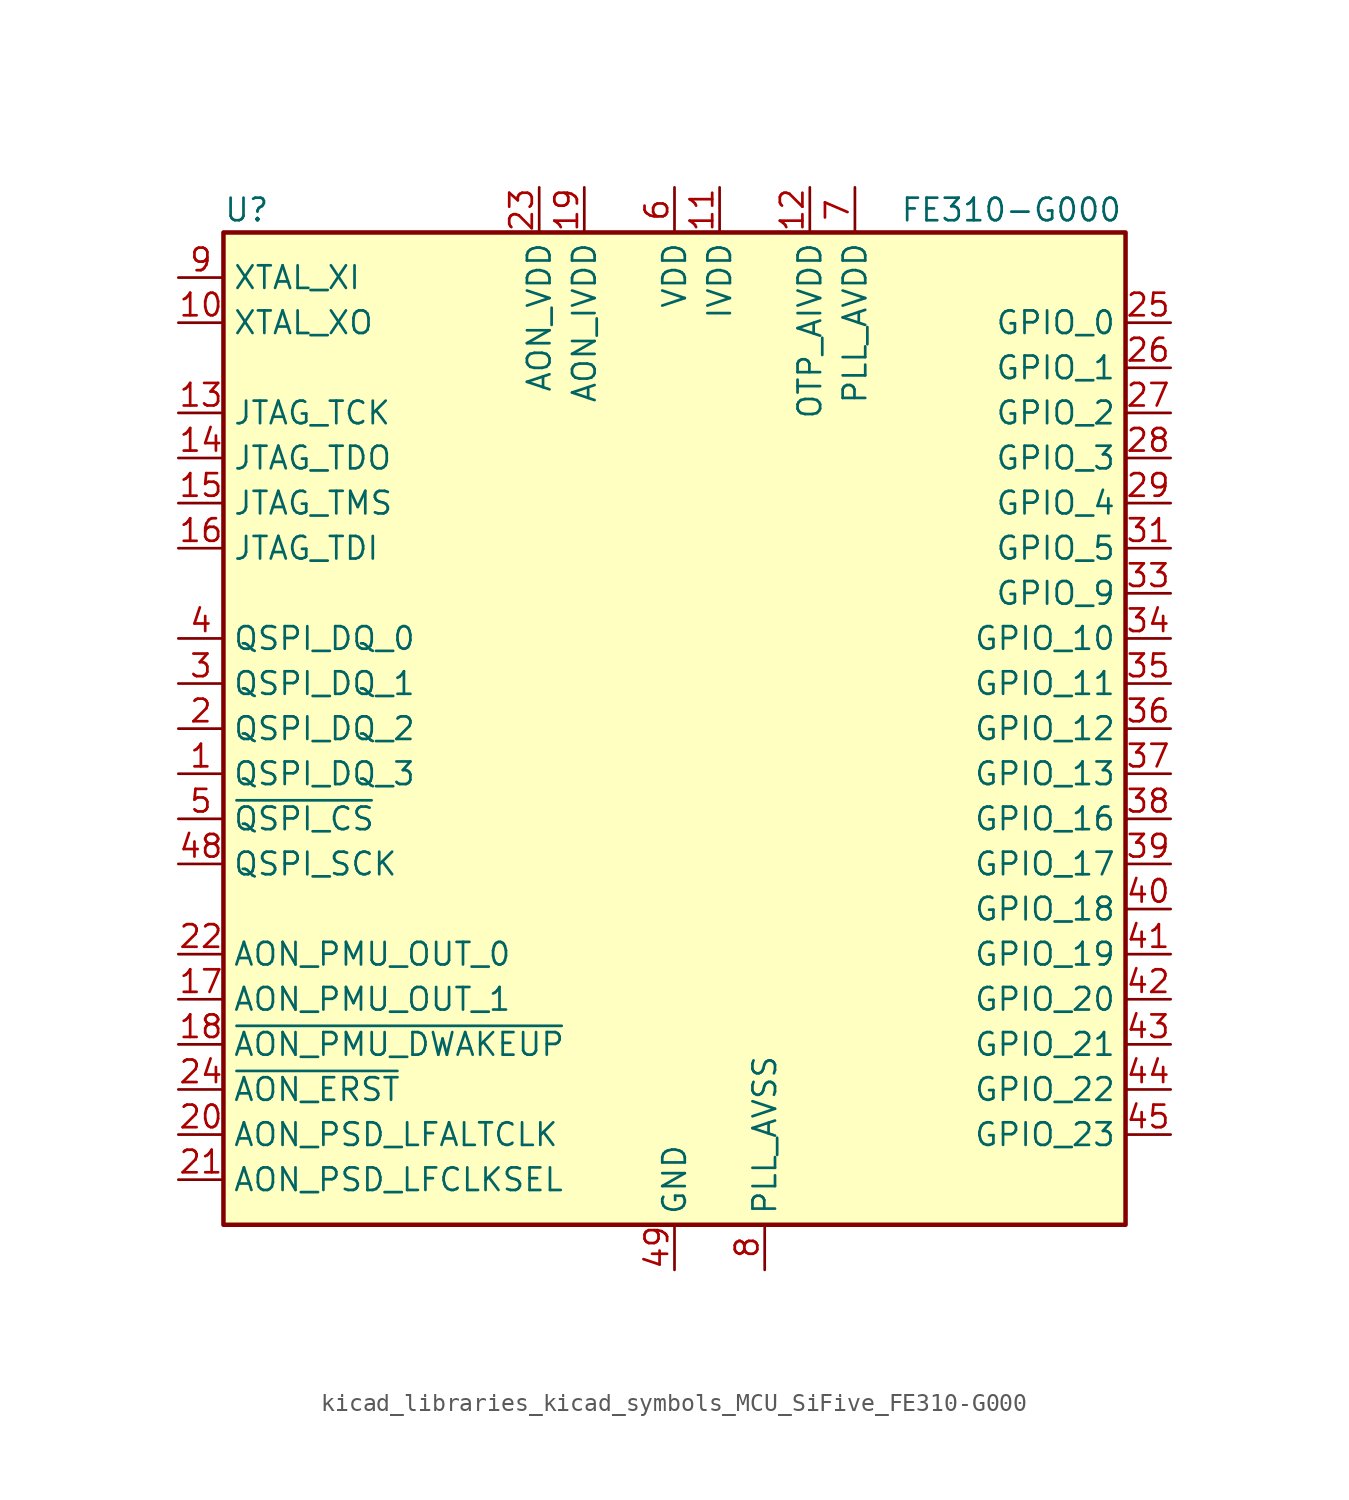
<source format=kicad_sym>
(kicad_symbol_lib
  (version 20220914)
  (generator kicad_symbol_editor)
  (symbol "kicad_libraries_kicad_symbols_MCU_SiFive_FE310-G000"
    (property "Reference" "U"
      (at -25.4 29.21 0)
      (effects (font (size 1.27 1.27)) (justify left)))
    (property "Value" "FE310-G000"
      (at 12.7 29.21 0)
      (effects (font (size 1.27 1.27)) (justify left)))
    (symbol "kicad_libraries_kicad_symbols_MCU_SiFive_FE310-G000_0_1"
      (rectangle (start -25.4 27.94) (end 25.4 -27.94) (stroke (width 0.254) (type default)) (fill (type background))))
    (symbol "kicad_libraries_kicad_symbols_MCU_SiFive_FE310-G000_1_1"
      (pin bidirectional line (at -27.94 -2.54 0) (length 2.54) (name "QSPI_DQ_3" (effects (font (size 1.27 1.27)))) (number "1" (effects (font (size 1.27 1.27)))))
      (pin output line (at -27.94 22.86 0) (length 2.54) (name "XTAL_XO" (effects (font (size 1.27 1.27)))) (number "10" (effects (font (size 1.27 1.27)))))
      (pin power_in line (at 2.54 30.48 270) (length 2.54) (name "IVDD" (effects (font (size 1.27 1.27)))) (number "11" (effects (font (size 1.27 1.27)))))
      (pin power_in line (at 7.62 30.48 270) (length 2.54) (name "OTP_AIVDD" (effects (font (size 1.27 1.27)))) (number "12" (effects (font (size 1.27 1.27)))))
      (pin input line (at -27.94 17.78 0) (length 2.54) (name "JTAG_TCK" (effects (font (size 1.27 1.27)))) (number "13" (effects (font (size 1.27 1.27)))))
      (pin output line (at -27.94 15.24 0) (length 2.54) (name "JTAG_TDO" (effects (font (size 1.27 1.27)))) (number "14" (effects (font (size 1.27 1.27)))))
      (pin input line (at -27.94 12.7 0) (length 2.54) (name "JTAG_TMS" (effects (font (size 1.27 1.27)))) (number "15" (effects (font (size 1.27 1.27)))))
      (pin input line (at -27.94 10.16 0) (length 2.54) (name "JTAG_TDI" (effects (font (size 1.27 1.27)))) (number "16" (effects (font (size 1.27 1.27)))))
      (pin output line (at -27.94 -15.24 0) (length 2.54) (name "AON_PMU_OUT_1" (effects (font (size 1.27 1.27)))) (number "17" (effects (font (size 1.27 1.27)))))
      (pin input line (at -27.94 -17.78 0) (length 2.54) (name "~{AON_PMU_DWAKEUP}" (effects (font (size 1.27 1.27)))) (number "18" (effects (font (size 1.27 1.27)))))
      (pin power_in line (at -5.08 30.48 270) (length 2.54) (name "AON_IVDD" (effects (font (size 1.27 1.27)))) (number "19" (effects (font (size 1.27 1.27)))))
      (pin bidirectional line (at -27.94 0 0) (length 2.54) (name "QSPI_DQ_2" (effects (font (size 1.27 1.27)))) (number "2" (effects (font (size 1.27 1.27)))))
      (pin input line (at -27.94 -22.86 0) (length 2.54) (name "AON_PSD_LFALTCLK" (effects (font (size 1.27 1.27)))) (number "20" (effects (font (size 1.27 1.27)))))
      (pin input line (at -27.94 -25.4 0) (length 2.54) (name "AON_PSD_LFCLKSEL" (effects (font (size 1.27 1.27)))) (number "21" (effects (font (size 1.27 1.27)))))
      (pin output line (at -27.94 -12.7 0) (length 2.54) (name "AON_PMU_OUT_0" (effects (font (size 1.27 1.27)))) (number "22" (effects (font (size 1.27 1.27)))))
      (pin power_in line (at -7.62 30.48 270) (length 2.54) (name "AON_VDD" (effects (font (size 1.27 1.27)))) (number "23" (effects (font (size 1.27 1.27)))))
      (pin input line (at -27.94 -20.32 0) (length 2.54) (name "~{AON_ERST}" (effects (font (size 1.27 1.27)))) (number "24" (effects (font (size 1.27 1.27)))))
      (pin bidirectional line (at 27.94 22.86 180) (length 2.54) (name "GPIO_0" (effects (font (size 1.27 1.27)))) (number "25" (effects (font (size 1.27 1.27)))))
      (pin bidirectional line (at 27.94 20.32 180) (length 2.54) (name "GPIO_1" (effects (font (size 1.27 1.27)))) (number "26" (effects (font (size 1.27 1.27)))))
      (pin bidirectional line (at 27.94 17.78 180) (length 2.54) (name "GPIO_2" (effects (font (size 1.27 1.27)))) (number "27" (effects (font (size 1.27 1.27)))))
      (pin bidirectional line (at 27.94 15.24 180) (length 2.54) (name "GPIO_3" (effects (font (size 1.27 1.27)))) (number "28" (effects (font (size 1.27 1.27)))))
      (pin bidirectional line (at 27.94 12.7 180) (length 2.54) (name "GPIO_4" (effects (font (size 1.27 1.27)))) (number "29" (effects (font (size 1.27 1.27)))))
      (pin bidirectional line (at -27.94 2.54 0) (length 2.54) (name "QSPI_DQ_1" (effects (font (size 1.27 1.27)))) (number "3" (effects (font (size 1.27 1.27)))))
      (pin passive line (at 0 30.48 270) (length 2.54) hide (name "VDD" (effects (font (size 1.27 1.27)))) (number "30" (effects (font (size 1.27 1.27)))))
      (pin bidirectional line (at 27.94 10.16 180) (length 2.54) (name "GPIO_5" (effects (font (size 1.27 1.27)))) (number "31" (effects (font (size 1.27 1.27)))))
      (pin passive line (at 2.54 30.48 270) (length 2.54) hide (name "IVDD" (effects (font (size 1.27 1.27)))) (number "32" (effects (font (size 1.27 1.27)))))
      (pin bidirectional line (at 27.94 7.62 180) (length 2.54) (name "GPIO_9" (effects (font (size 1.27 1.27)))) (number "33" (effects (font (size 1.27 1.27)))))
      (pin bidirectional line (at 27.94 5.08 180) (length 2.54) (name "GPIO_10" (effects (font (size 1.27 1.27)))) (number "34" (effects (font (size 1.27 1.27)))))
      (pin bidirectional line (at 27.94 2.54 180) (length 2.54) (name "GPIO_11" (effects (font (size 1.27 1.27)))) (number "35" (effects (font (size 1.27 1.27)))))
      (pin bidirectional line (at 27.94 0 180) (length 2.54) (name "GPIO_12" (effects (font (size 1.27 1.27)))) (number "36" (effects (font (size 1.27 1.27)))))
      (pin bidirectional line (at 27.94 -2.54 180) (length 2.54) (name "GPIO_13" (effects (font (size 1.27 1.27)))) (number "37" (effects (font (size 1.27 1.27)))))
      (pin bidirectional line (at 27.94 -5.08 180) (length 2.54) (name "GPIO_16" (effects (font (size 1.27 1.27)))) (number "38" (effects (font (size 1.27 1.27)))))
      (pin bidirectional line (at 27.94 -7.62 180) (length 2.54) (name "GPIO_17" (effects (font (size 1.27 1.27)))) (number "39" (effects (font (size 1.27 1.27)))))
      (pin bidirectional line (at -27.94 5.08 0) (length 2.54) (name "QSPI_DQ_0" (effects (font (size 1.27 1.27)))) (number "4" (effects (font (size 1.27 1.27)))))
      (pin bidirectional line (at 27.94 -10.16 180) (length 2.54) (name "GPIO_18" (effects (font (size 1.27 1.27)))) (number "40" (effects (font (size 1.27 1.27)))))
      (pin bidirectional line (at 27.94 -12.7 180) (length 2.54) (name "GPIO_19" (effects (font (size 1.27 1.27)))) (number "41" (effects (font (size 1.27 1.27)))))
      (pin bidirectional line (at 27.94 -15.24 180) (length 2.54) (name "GPIO_20" (effects (font (size 1.27 1.27)))) (number "42" (effects (font (size 1.27 1.27)))))
      (pin bidirectional line (at 27.94 -17.78 180) (length 2.54) (name "GPIO_21" (effects (font (size 1.27 1.27)))) (number "43" (effects (font (size 1.27 1.27)))))
      (pin bidirectional line (at 27.94 -20.32 180) (length 2.54) (name "GPIO_22" (effects (font (size 1.27 1.27)))) (number "44" (effects (font (size 1.27 1.27)))))
      (pin bidirectional line (at 27.94 -22.86 180) (length 2.54) (name "GPIO_23" (effects (font (size 1.27 1.27)))) (number "45" (effects (font (size 1.27 1.27)))))
      (pin passive line (at 0 30.48 270) (length 2.54) hide (name "VDD" (effects (font (size 1.27 1.27)))) (number "46" (effects (font (size 1.27 1.27)))))
      (pin passive line (at 2.54 30.48 270) (length 2.54) hide (name "IVDD" (effects (font (size 1.27 1.27)))) (number "47" (effects (font (size 1.27 1.27)))))
      (pin output line (at -27.94 -7.62 0) (length 2.54) (name "QSPI_SCK" (effects (font (size 1.27 1.27)))) (number "48" (effects (font (size 1.27 1.27)))))
      (pin power_in line (at 0 -30.48 90) (length 2.54) (name "GND" (effects (font (size 1.27 1.27)))) (number "49" (effects (font (size 1.27 1.27)))))
      (pin output line (at -27.94 -5.08 0) (length 2.54) (name "~{QSPI_CS}" (effects (font (size 1.27 1.27)))) (number "5" (effects (font (size 1.27 1.27)))))
      (pin power_in line (at 0 30.48 270) (length 2.54) (name "VDD" (effects (font (size 1.27 1.27)))) (number "6" (effects (font (size 1.27 1.27)))))
      (pin power_in line (at 10.16 30.48 270) (length 2.54) (name "PLL_AVDD" (effects (font (size 1.27 1.27)))) (number "7" (effects (font (size 1.27 1.27)))))
      (pin power_in line (at 5.08 -30.48 90) (length 2.54) (name "PLL_AVSS" (effects (font (size 1.27 1.27)))) (number "8" (effects (font (size 1.27 1.27)))))
      (pin input line (at -27.94 25.4 0) (length 2.54) (name "XTAL_XI" (effects (font (size 1.27 1.27)))) (number "9" (effects (font (size 1.27 1.27))))))))
</source>
